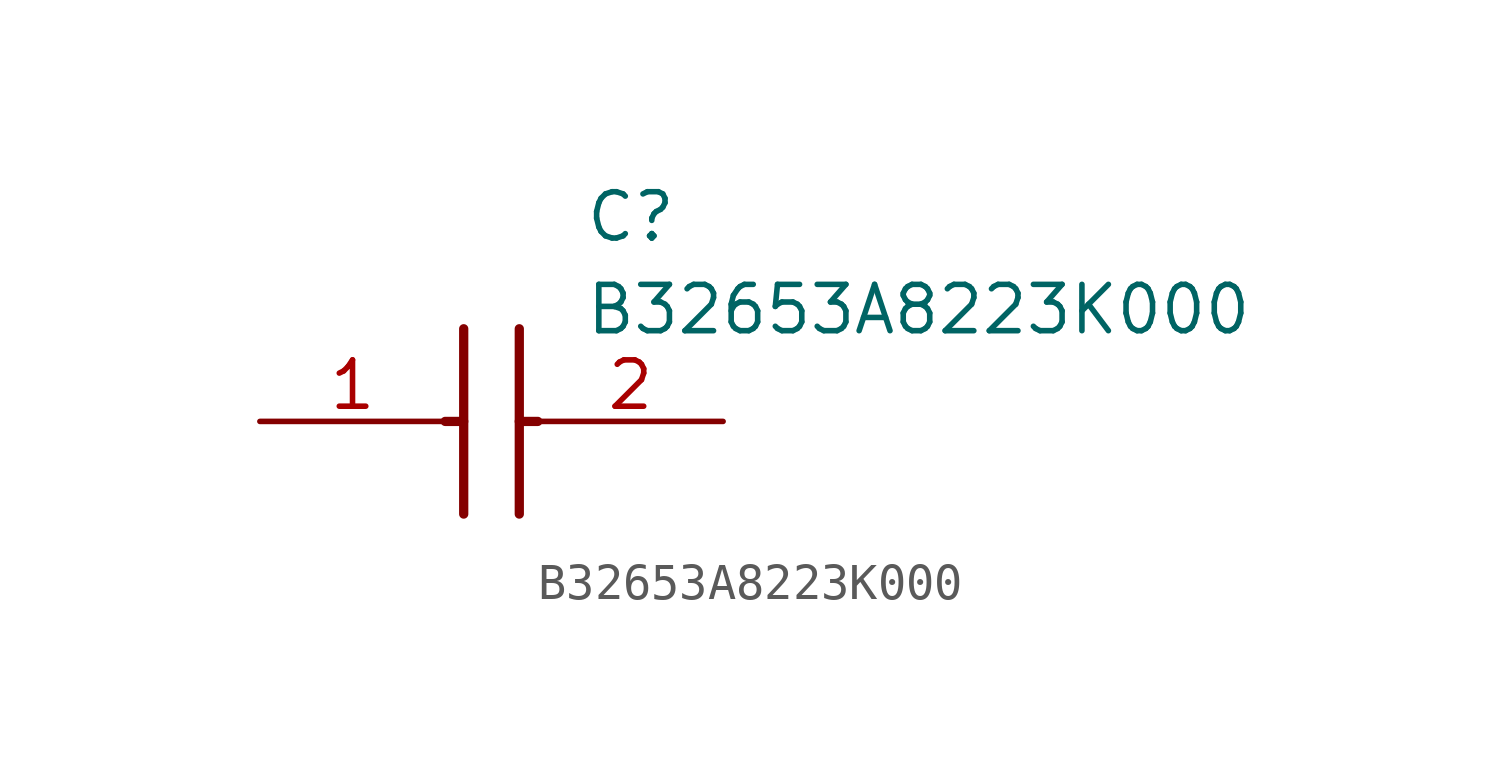
<source format=kicad_sym>
(kicad_symbol_lib
  (version 20211014)
  (generator SamacSys_ECAD_Model)
  (symbol "B32653A8223K000"
    (pin_names hide)
    (property "Reference" "C"
      (at 8.89 6.35 0)
      (effects (font (size 1.27 1.27)) (justify left top)))
    (property "Value" "B32653A8223K000"
      (at 8.89 3.81 0)
      (effects (font (size 1.27 1.27)) (justify left top)))
    (polyline
      (pts (xy 5.588 2.54) (xy 5.588 -2.54))
      (stroke (width 0.254) (type default))
      (fill (type none)))
    (polyline
      (pts (xy 7.112 2.54) (xy 7.112 -2.54))
      (stroke (width 0.254) (type default))
      (fill (type none)))
    (polyline
      (pts (xy 5.08 0) (xy 5.588 0))
      (stroke (width 0.254) (type default))
      (fill (type none)))
    (polyline
      (pts (xy 7.112 0) (xy 7.62 0))
      (stroke (width 0.254) (type default))
      (fill (type none)))
    (pin passive line
      (at 0 0 0)
      (length 5.08)
      (name "1" (effects (font (size 1.27 1.27))))
      (number "1" (effects (font (size 1.27 1.27)))))
    (pin passive line
      (at 12.7 0 180)
      (length 5.08)
      (name "2" (effects (font (size 1.27 1.27))))
      (number "2" (effects (font (size 1.27 1.27)))))))
</source>
